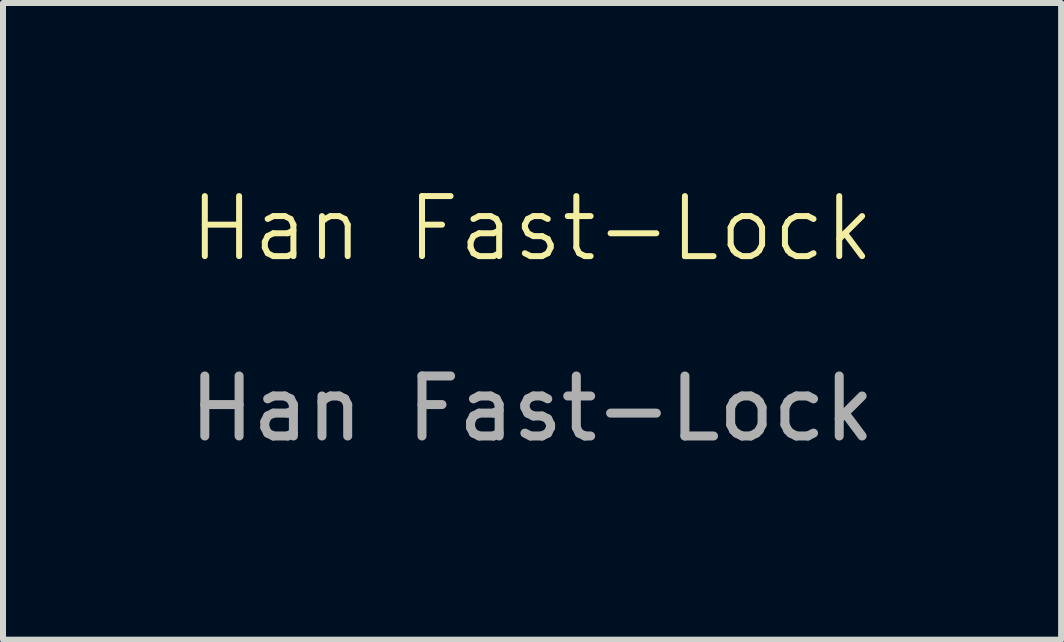
<source format=kicad_pcb>
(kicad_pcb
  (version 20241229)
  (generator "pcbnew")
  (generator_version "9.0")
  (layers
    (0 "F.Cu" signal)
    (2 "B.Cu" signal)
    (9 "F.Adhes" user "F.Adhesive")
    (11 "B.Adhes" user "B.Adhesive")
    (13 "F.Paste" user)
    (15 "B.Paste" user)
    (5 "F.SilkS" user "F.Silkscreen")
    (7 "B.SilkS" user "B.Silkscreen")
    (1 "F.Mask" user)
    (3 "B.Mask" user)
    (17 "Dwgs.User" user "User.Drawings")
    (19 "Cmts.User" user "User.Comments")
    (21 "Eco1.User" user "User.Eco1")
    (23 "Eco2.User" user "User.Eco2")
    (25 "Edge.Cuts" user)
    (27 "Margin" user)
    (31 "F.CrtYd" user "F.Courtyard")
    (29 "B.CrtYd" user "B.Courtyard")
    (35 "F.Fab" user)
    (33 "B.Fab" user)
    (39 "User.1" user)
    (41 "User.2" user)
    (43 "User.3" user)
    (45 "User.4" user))
  (footprint "Han Fast-Lock"
    (layer "F.Cu")
    (at 5.815 1.26)
    (property "Reference" "Han Fast-Lock" (at 0 -0.5 0) (unlocked yes) (layer "F.SilkS") (effects (font (size 1 1) (thickness 0.1))))
    (attr through_hole)
    (fp_text user "${REFERENCE}" (at 0 2.5 0) (unlocked yes) (layer "F.Fab") (effects (font (size 1 1) (thickness 0.15)))))
  (gr_rect
    (start -3 -3)
    (end 14.631 7.609)
    (stroke (width 0.1) (type default))
    (fill no)
    (layer "Edge.Cuts")))
</source>
